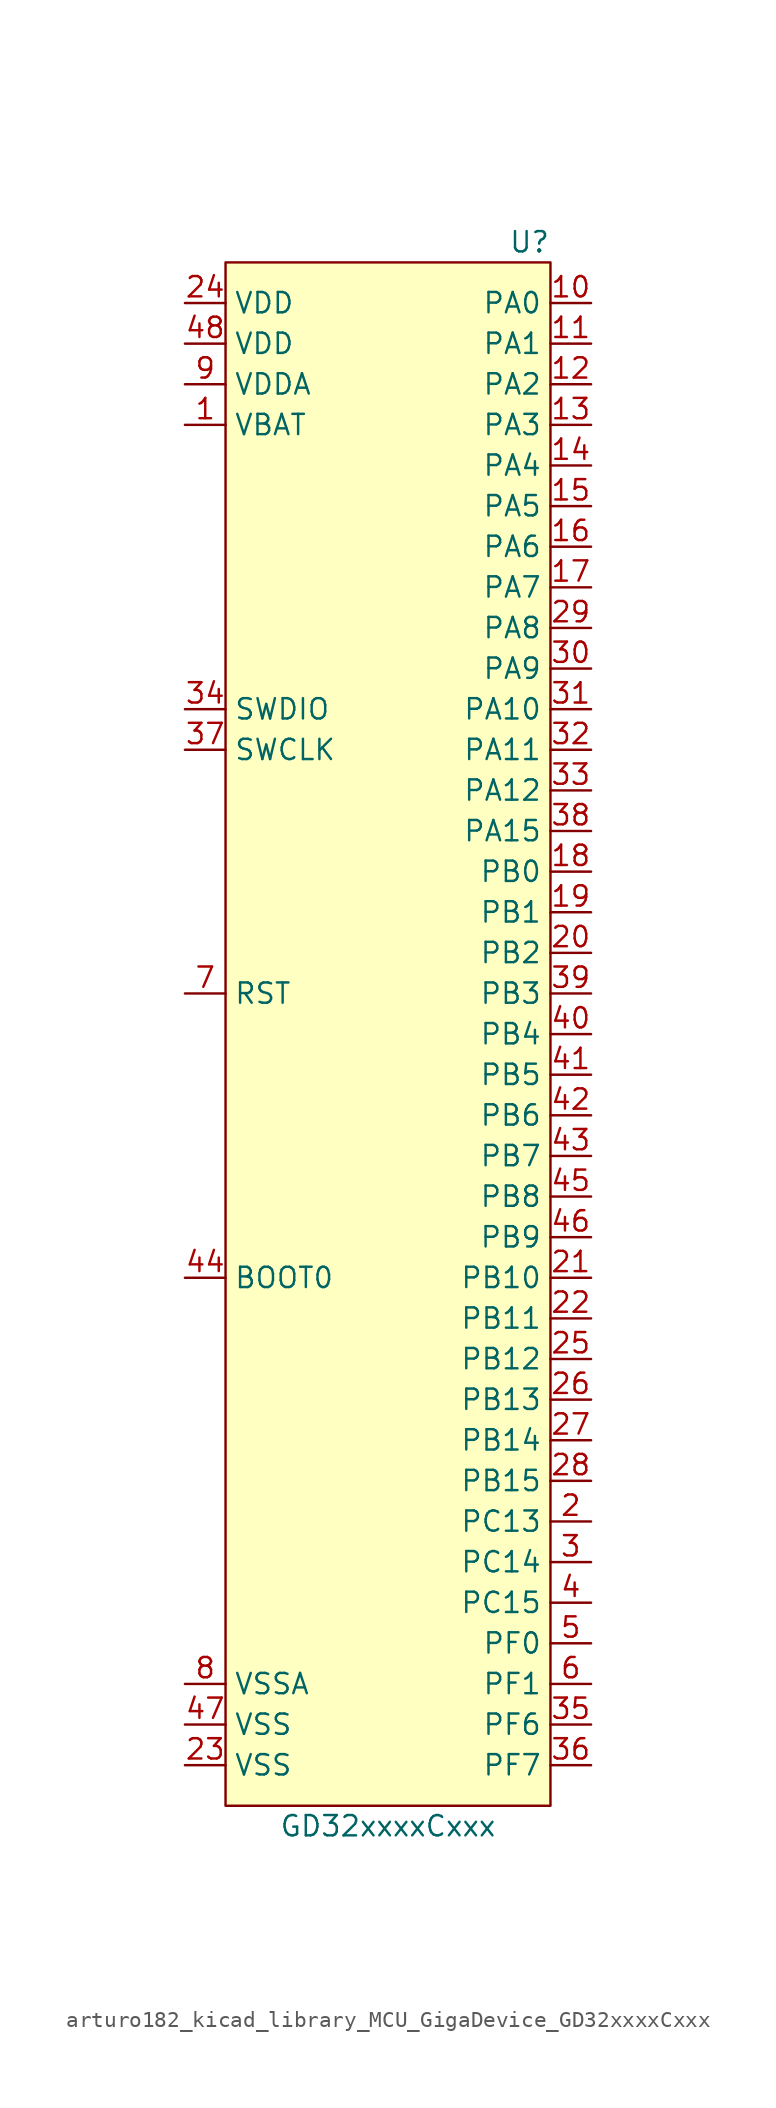
<source format=kicad_sym>
(kicad_symbol_lib
  (version 20220914)
  (generator kicad_symbol_editor)
  (symbol "arturo182_kicad_library_MCU_GigaDevice_GD32xxxxCxxx"
    (property "Reference" "U"
      (at 10.16 46.99 0)
      (effects (font (size 1.27 1.27)) (justify right)))
    (property "Value" "GD32xxxxCxxx"
      (at 0 -52.07 0)
      (effects (font (size 1.27 1.27))))
    (symbol "arturo182_kicad_library_MCU_GigaDevice_GD32xxxxCxxx_0_0"
      (pin power_in line (at -12.7 35.56 0) (length 2.54) (name "VBAT" (effects (font (size 1.27 1.27)))) (number "1" (effects (font (size 1.27 1.27)))))
      (pin bidirectional line (at 12.7 43.18 180) (length 2.54) (name "PA0" (effects (font (size 1.27 1.27)))) (number "10" (effects (font (size 1.27 1.27)))))
      (pin bidirectional line (at 12.7 40.64 180) (length 2.54) (name "PA1" (effects (font (size 1.27 1.27)))) (number "11" (effects (font (size 1.27 1.27)))))
      (pin bidirectional line (at 12.7 38.1 180) (length 2.54) (name "PA2" (effects (font (size 1.27 1.27)))) (number "12" (effects (font (size 1.27 1.27)))))
      (pin bidirectional line (at 12.7 35.56 180) (length 2.54) (name "PA3" (effects (font (size 1.27 1.27)))) (number "13" (effects (font (size 1.27 1.27)))))
      (pin bidirectional line (at 12.7 33.02 180) (length 2.54) (name "PA4" (effects (font (size 1.27 1.27)))) (number "14" (effects (font (size 1.27 1.27)))))
      (pin bidirectional line (at 12.7 30.48 180) (length 2.54) (name "PA5" (effects (font (size 1.27 1.27)))) (number "15" (effects (font (size 1.27 1.27)))))
      (pin bidirectional line (at 12.7 27.94 180) (length 2.54) (name "PA6" (effects (font (size 1.27 1.27)))) (number "16" (effects (font (size 1.27 1.27)))))
      (pin bidirectional line (at 12.7 25.4 180) (length 2.54) (name "PA7" (effects (font (size 1.27 1.27)))) (number "17" (effects (font (size 1.27 1.27)))))
      (pin bidirectional line (at 12.7 7.62 180) (length 2.54) (name "PB0" (effects (font (size 1.27 1.27)))) (number "18" (effects (font (size 1.27 1.27)))))
      (pin bidirectional line (at 12.7 5.08 180) (length 2.54) (name "PB1" (effects (font (size 1.27 1.27)))) (number "19" (effects (font (size 1.27 1.27)))))
      (pin bidirectional line (at 12.7 -33.02 180) (length 2.54) (name "PC13" (effects (font (size 1.27 1.27)))) (number "2" (effects (font (size 1.27 1.27)))))
      (pin bidirectional line (at 12.7 2.54 180) (length 2.54) (name "PB2" (effects (font (size 1.27 1.27)))) (number "20" (effects (font (size 1.27 1.27)))))
      (pin bidirectional line (at 12.7 -17.78 180) (length 2.54) (name "PB10" (effects (font (size 1.27 1.27)))) (number "21" (effects (font (size 1.27 1.27)))))
      (pin bidirectional line (at 12.7 -20.32 180) (length 2.54) (name "PB11" (effects (font (size 1.27 1.27)))) (number "22" (effects (font (size 1.27 1.27)))))
      (pin power_in line (at -12.7 -48.26 0) (length 2.54) (name "VSS" (effects (font (size 1.27 1.27)))) (number "23" (effects (font (size 1.27 1.27)))))
      (pin power_in line (at -12.7 43.18 0) (length 2.54) (name "VDD" (effects (font (size 1.27 1.27)))) (number "24" (effects (font (size 1.27 1.27)))))
      (pin bidirectional line (at 12.7 -22.86 180) (length 2.54) (name "PB12" (effects (font (size 1.27 1.27)))) (number "25" (effects (font (size 1.27 1.27)))))
      (pin bidirectional line (at 12.7 -25.4 180) (length 2.54) (name "PB13" (effects (font (size 1.27 1.27)))) (number "26" (effects (font (size 1.27 1.27)))))
      (pin bidirectional line (at 12.7 -27.94 180) (length 2.54) (name "PB14" (effects (font (size 1.27 1.27)))) (number "27" (effects (font (size 1.27 1.27)))))
      (pin bidirectional line (at 12.7 -30.48 180) (length 2.54) (name "PB15" (effects (font (size 1.27 1.27)))) (number "28" (effects (font (size 1.27 1.27)))))
      (pin bidirectional line (at 12.7 22.86 180) (length 2.54) (name "PA8" (effects (font (size 1.27 1.27)))) (number "29" (effects (font (size 1.27 1.27)))))
      (pin bidirectional line (at 12.7 -35.56 180) (length 2.54) (name "PC14" (effects (font (size 1.27 1.27)))) (number "3" (effects (font (size 1.27 1.27)))))
      (pin bidirectional line (at 12.7 20.32 180) (length 2.54) (name "PA9" (effects (font (size 1.27 1.27)))) (number "30" (effects (font (size 1.27 1.27)))))
      (pin bidirectional line (at 12.7 17.78 180) (length 2.54) (name "PA10" (effects (font (size 1.27 1.27)))) (number "31" (effects (font (size 1.27 1.27)))))
      (pin bidirectional line (at 12.7 15.24 180) (length 2.54) (name "PA11" (effects (font (size 1.27 1.27)))) (number "32" (effects (font (size 1.27 1.27)))))
      (pin bidirectional line (at 12.7 12.7 180) (length 2.54) (name "PA12" (effects (font (size 1.27 1.27)))) (number "33" (effects (font (size 1.27 1.27)))))
      (pin bidirectional line (at -12.7 17.78 0) (length 2.54) (name "SWDIO" (effects (font (size 1.27 1.27)))) (number "34" (effects (font (size 1.27 1.27)))))
      (pin bidirectional line (at 12.7 -45.72 180) (length 2.54) (name "PF6" (effects (font (size 1.27 1.27)))) (number "35" (effects (font (size 1.27 1.27)))))
      (pin bidirectional line (at 12.7 -48.26 180) (length 2.54) (name "PF7" (effects (font (size 1.27 1.27)))) (number "36" (effects (font (size 1.27 1.27)))))
      (pin bidirectional line (at -12.7 15.24 0) (length 2.54) (name "SWCLK" (effects (font (size 1.27 1.27)))) (number "37" (effects (font (size 1.27 1.27)))))
      (pin bidirectional line (at 12.7 10.16 180) (length 2.54) (name "PA15" (effects (font (size 1.27 1.27)))) (number "38" (effects (font (size 1.27 1.27)))))
      (pin bidirectional line (at 12.7 0 180) (length 2.54) (name "PB3" (effects (font (size 1.27 1.27)))) (number "39" (effects (font (size 1.27 1.27)))))
      (pin bidirectional line (at 12.7 -38.1 180) (length 2.54) (name "PC15" (effects (font (size 1.27 1.27)))) (number "4" (effects (font (size 1.27 1.27)))))
      (pin bidirectional line (at 12.7 -2.54 180) (length 2.54) (name "PB4" (effects (font (size 1.27 1.27)))) (number "40" (effects (font (size 1.27 1.27)))))
      (pin bidirectional line (at 12.7 -5.08 180) (length 2.54) (name "PB5" (effects (font (size 1.27 1.27)))) (number "41" (effects (font (size 1.27 1.27)))))
      (pin bidirectional line (at 12.7 -7.62 180) (length 2.54) (name "PB6" (effects (font (size 1.27 1.27)))) (number "42" (effects (font (size 1.27 1.27)))))
      (pin bidirectional line (at 12.7 -10.16 180) (length 2.54) (name "PB7" (effects (font (size 1.27 1.27)))) (number "43" (effects (font (size 1.27 1.27)))))
      (pin input line (at -12.7 -17.78 0) (length 2.54) (name "BOOT0" (effects (font (size 1.27 1.27)))) (number "44" (effects (font (size 1.27 1.27)))))
      (pin bidirectional line (at 12.7 -12.7 180) (length 2.54) (name "PB8" (effects (font (size 1.27 1.27)))) (number "45" (effects (font (size 1.27 1.27)))))
      (pin bidirectional line (at 12.7 -15.24 180) (length 2.54) (name "PB9" (effects (font (size 1.27 1.27)))) (number "46" (effects (font (size 1.27 1.27)))))
      (pin power_in line (at -12.7 -45.72 0) (length 2.54) (name "VSS" (effects (font (size 1.27 1.27)))) (number "47" (effects (font (size 1.27 1.27)))))
      (pin power_in line (at -12.7 40.64 0) (length 2.54) (name "VDD" (effects (font (size 1.27 1.27)))) (number "48" (effects (font (size 1.27 1.27)))))
      (pin bidirectional line (at 12.7 -40.64 180) (length 2.54) (name "PF0" (effects (font (size 1.27 1.27)))) (number "5" (effects (font (size 1.27 1.27)))))
      (pin bidirectional line (at 12.7 -43.18 180) (length 2.54) (name "PF1" (effects (font (size 1.27 1.27)))) (number "6" (effects (font (size 1.27 1.27)))))
      (pin input line (at -12.7 0 0) (length 2.54) (name "RST" (effects (font (size 1.27 1.27)))) (number "7" (effects (font (size 1.27 1.27)))))
      (pin power_in line (at -12.7 -43.18 0) (length 2.54) (name "VSSA" (effects (font (size 1.27 1.27)))) (number "8" (effects (font (size 1.27 1.27)))))
      (pin power_in line (at -12.7 38.1 0) (length 2.54) (name "VDDA" (effects (font (size 1.27 1.27)))) (number "9" (effects (font (size 1.27 1.27))))))
    (symbol "arturo182_kicad_library_MCU_GigaDevice_GD32xxxxCxxx_0_1"
      (rectangle (start -10.16 45.72) (end 10.16 -50.8) (stroke (width 0) (type default)) (fill (type background))))))
</source>
